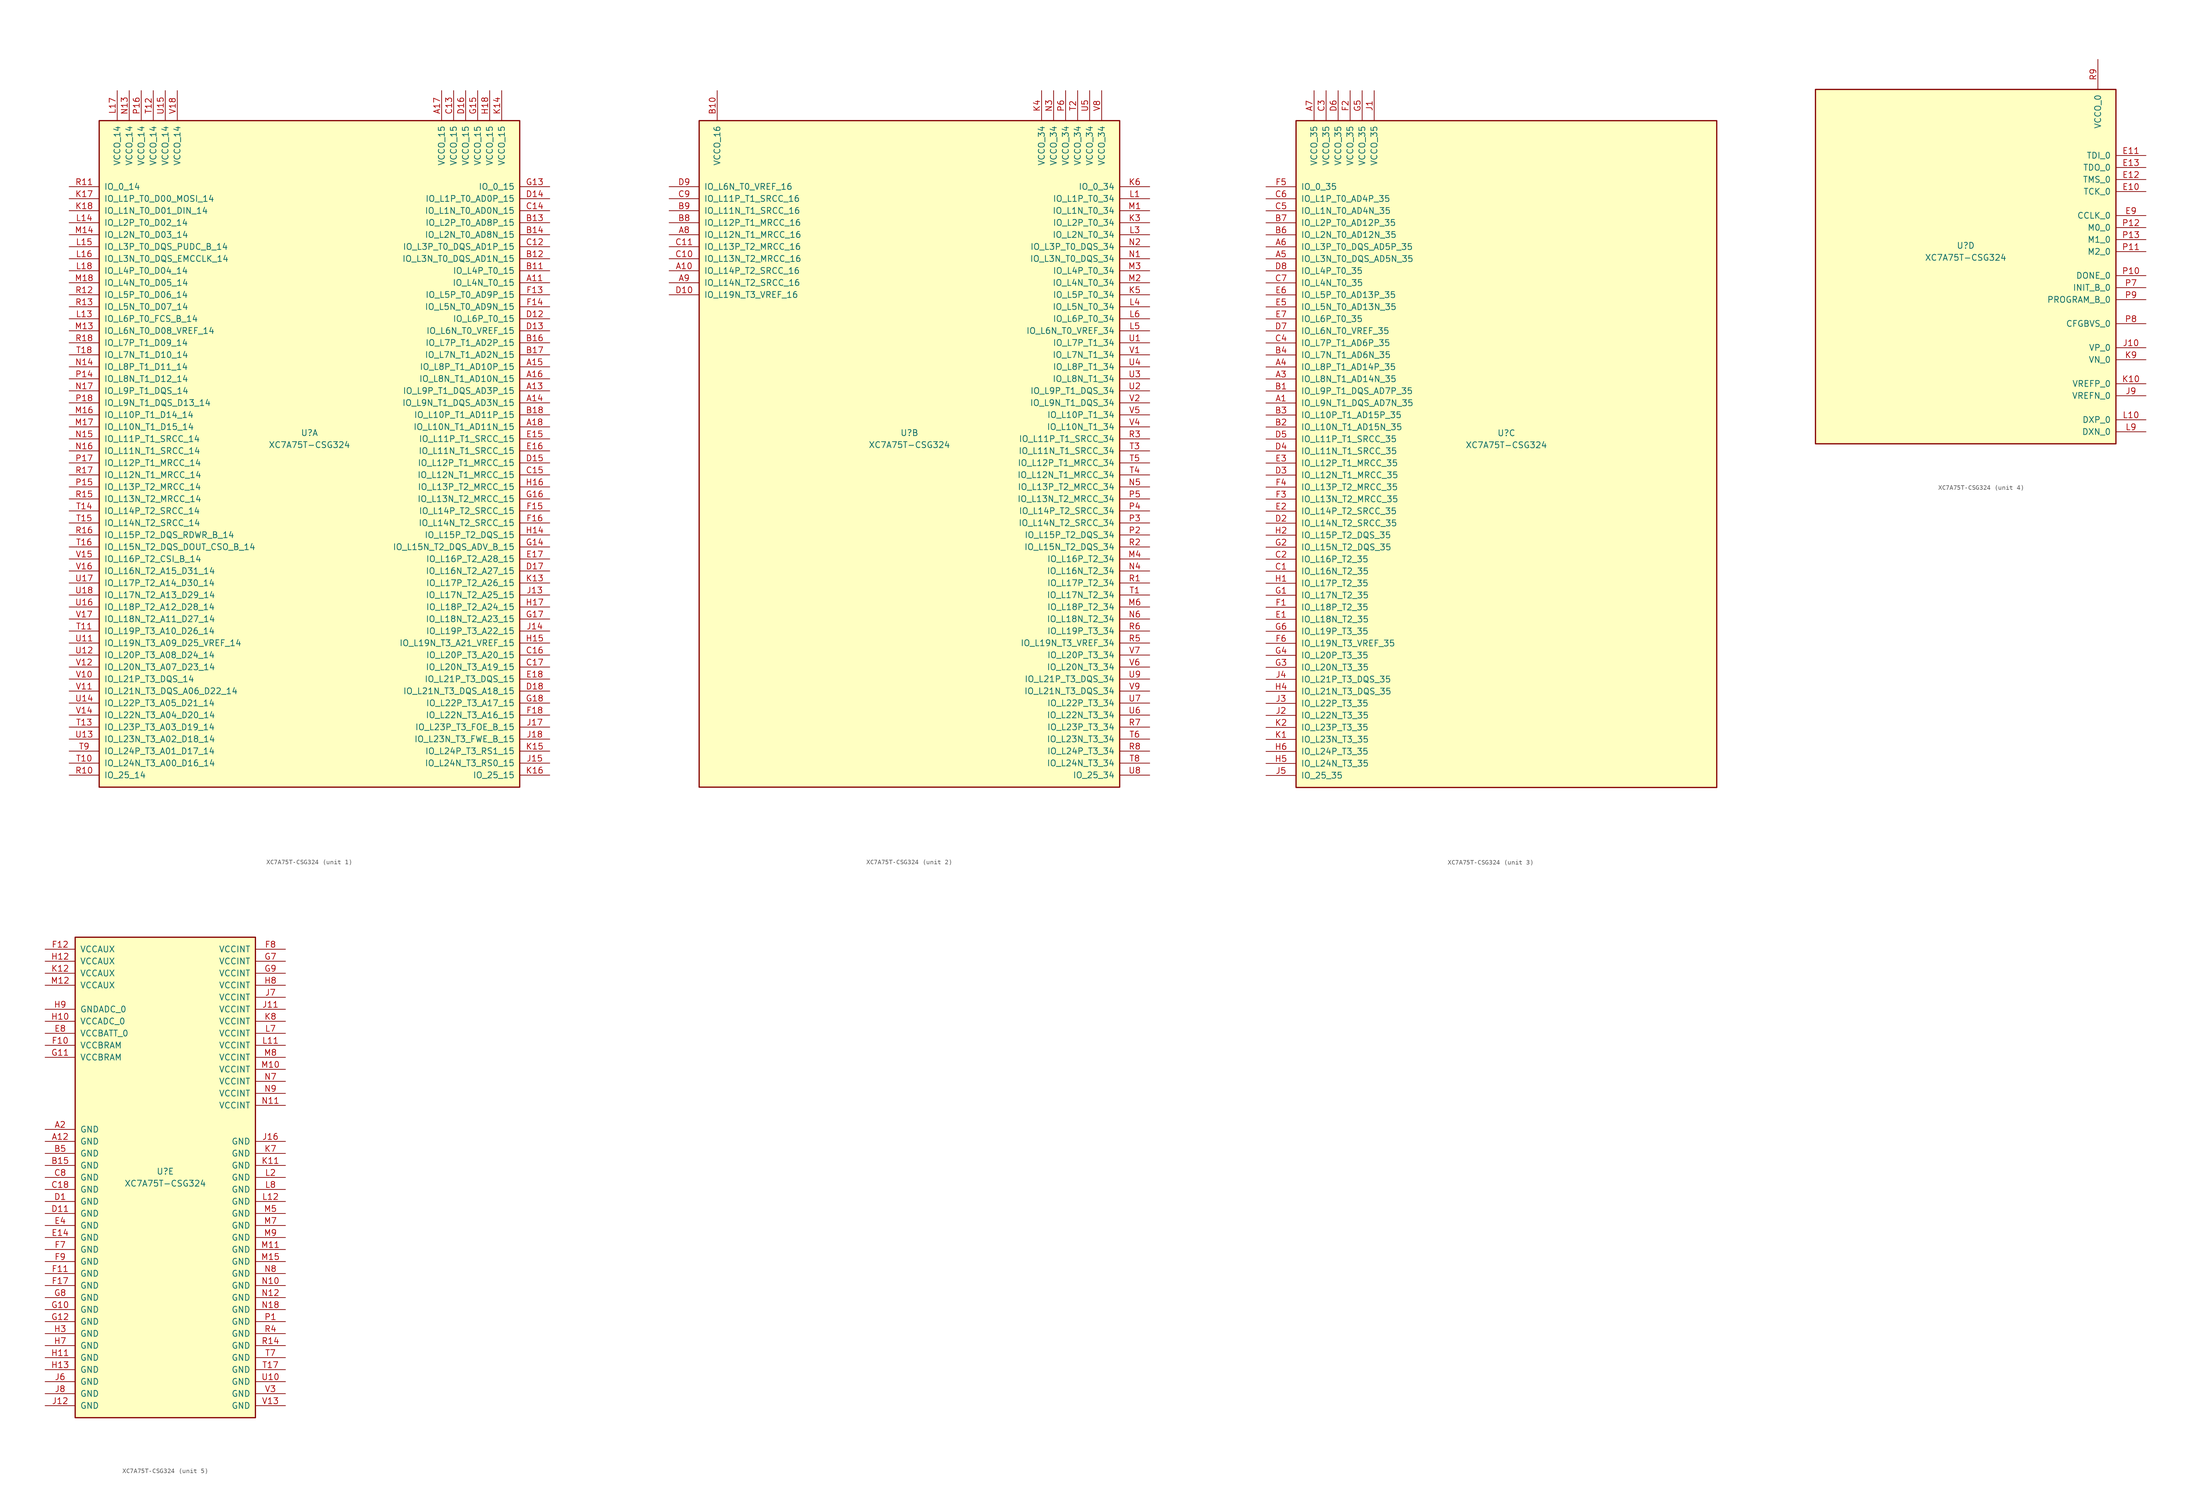
<source format=kicad_sym>
(kicad_symbol_lib
  (version 20201005)
  (generator kicad_symbol_editor)
  (symbol "FPGA_Xilinx_Artix7:XC7A75T-CSG324"
    (pin_names
      (offset 1.016))
    (property "Reference" "U"
      (at 0 1.27 0)
      (effects (font (size 1.27 1.27))))
    (property "Value" "XC7A75T-CSG324"
      (at 0 -1.27 0)
      (effects (font (size 1.27 1.27))))
    (property "Datasheet" ""
      (at 0 0 0)
      (effects (font (size 1.27 1.27))))
    (property "ki_locked" ""
      (at 0 0 0)
      (effects (font (size 1.27 1.27))))
    (symbol "XC7A75T-CSG324_1_1"
      (rectangle (start -44.45 67.31) (end 44.45 -73.66) (stroke (width 0.254)) (fill (type background)))
      (pin power_in line (at -40.64 73.66 270) (length 6.35) (name "VCCO_14" (effects (font (size 1.27 1.27)))) (number "L17" (effects (font (size 1.27 1.27)))))
      (pin power_in line (at -38.1 73.66 270) (length 6.35) (name "VCCO_14" (effects (font (size 1.27 1.27)))) (number "N13" (effects (font (size 1.27 1.27)))))
      (pin power_in line (at -35.56 73.66 270) (length 6.35) (name "VCCO_14" (effects (font (size 1.27 1.27)))) (number "P16" (effects (font (size 1.27 1.27)))))
      (pin power_in line (at -33.02 73.66 270) (length 6.35) (name "VCCO_14" (effects (font (size 1.27 1.27)))) (number "T12" (effects (font (size 1.27 1.27)))))
      (pin power_in line (at -30.48 73.66 270) (length 6.35) (name "VCCO_14" (effects (font (size 1.27 1.27)))) (number "U15" (effects (font (size 1.27 1.27)))))
      (pin power_in line (at -27.94 73.66 270) (length 6.35) (name "VCCO_14" (effects (font (size 1.27 1.27)))) (number "V18" (effects (font (size 1.27 1.27)))))
      (pin bidirectional line (at -50.8 53.34 0) (length 6.35) (name "IO_0_14" (effects (font (size 1.27 1.27)))) (number "R11" (effects (font (size 1.27 1.27)))))
      (pin bidirectional line (at -50.8 50.8 0) (length 6.35) (name "IO_L1P_T0_D00_MOSI_14" (effects (font (size 1.27 1.27)))) (number "K17" (effects (font (size 1.27 1.27)))))
      (pin bidirectional line (at -50.8 48.26 0) (length 6.35) (name "IO_L1N_T0_D01_DIN_14" (effects (font (size 1.27 1.27)))) (number "K18" (effects (font (size 1.27 1.27)))))
      (pin bidirectional line (at -50.8 45.72 0) (length 6.35) (name "IO_L2P_T0_D02_14" (effects (font (size 1.27 1.27)))) (number "L14" (effects (font (size 1.27 1.27)))))
      (pin bidirectional line (at -50.8 43.18 0) (length 6.35) (name "IO_L2N_T0_D03_14" (effects (font (size 1.27 1.27)))) (number "M14" (effects (font (size 1.27 1.27)))))
      (pin bidirectional line (at -50.8 40.64 0) (length 6.35) (name "IO_L3P_T0_DQS_PUDC_B_14" (effects (font (size 1.27 1.27)))) (number "L15" (effects (font (size 1.27 1.27)))))
      (pin bidirectional line (at -50.8 38.1 0) (length 6.35) (name "IO_L3N_T0_DQS_EMCCLK_14" (effects (font (size 1.27 1.27)))) (number "L16" (effects (font (size 1.27 1.27)))))
      (pin bidirectional line (at -50.8 35.56 0) (length 6.35) (name "IO_L4P_T0_D04_14" (effects (font (size 1.27 1.27)))) (number "L18" (effects (font (size 1.27 1.27)))))
      (pin bidirectional line (at -50.8 33.02 0) (length 6.35) (name "IO_L4N_T0_D05_14" (effects (font (size 1.27 1.27)))) (number "M18" (effects (font (size 1.27 1.27)))))
      (pin bidirectional line (at -50.8 30.48 0) (length 6.35) (name "IO_L5P_T0_D06_14" (effects (font (size 1.27 1.27)))) (number "R12" (effects (font (size 1.27 1.27)))))
      (pin bidirectional line (at -50.8 27.94 0) (length 6.35) (name "IO_L5N_T0_D07_14" (effects (font (size 1.27 1.27)))) (number "R13" (effects (font (size 1.27 1.27)))))
      (pin bidirectional line (at -50.8 25.4 0) (length 6.35) (name "IO_L6P_T0_FCS_B_14" (effects (font (size 1.27 1.27)))) (number "L13" (effects (font (size 1.27 1.27)))))
      (pin bidirectional line (at -50.8 22.86 0) (length 6.35) (name "IO_L6N_T0_D08_VREF_14" (effects (font (size 1.27 1.27)))) (number "M13" (effects (font (size 1.27 1.27)))))
      (pin bidirectional line (at -50.8 20.32 0) (length 6.35) (name "IO_L7P_T1_D09_14" (effects (font (size 1.27 1.27)))) (number "R18" (effects (font (size 1.27 1.27)))))
      (pin bidirectional line (at -50.8 17.78 0) (length 6.35) (name "IO_L7N_T1_D10_14" (effects (font (size 1.27 1.27)))) (number "T18" (effects (font (size 1.27 1.27)))))
      (pin bidirectional line (at -50.8 15.24 0) (length 6.35) (name "IO_L8P_T1_D11_14" (effects (font (size 1.27 1.27)))) (number "N14" (effects (font (size 1.27 1.27)))))
      (pin bidirectional line (at -50.8 12.7 0) (length 6.35) (name "IO_L8N_T1_D12_14" (effects (font (size 1.27 1.27)))) (number "P14" (effects (font (size 1.27 1.27)))))
      (pin bidirectional line (at -50.8 10.16 0) (length 6.35) (name "IO_L9P_T1_DQS_14" (effects (font (size 1.27 1.27)))) (number "N17" (effects (font (size 1.27 1.27)))))
      (pin bidirectional line (at -50.8 7.62 0) (length 6.35) (name "IO_L9N_T1_DQS_D13_14" (effects (font (size 1.27 1.27)))) (number "P18" (effects (font (size 1.27 1.27)))))
      (pin bidirectional line (at -50.8 5.08 0) (length 6.35) (name "IO_L10P_T1_D14_14" (effects (font (size 1.27 1.27)))) (number "M16" (effects (font (size 1.27 1.27)))))
      (pin bidirectional line (at -50.8 2.54 0) (length 6.35) (name "IO_L10N_T1_D15_14" (effects (font (size 1.27 1.27)))) (number "M17" (effects (font (size 1.27 1.27)))))
      (pin bidirectional line (at -50.8 0 0) (length 6.35) (name "IO_L11P_T1_SRCC_14" (effects (font (size 1.27 1.27)))) (number "N15" (effects (font (size 1.27 1.27)))))
      (pin bidirectional line (at -50.8 -2.54 0) (length 6.35) (name "IO_L11N_T1_SRCC_14" (effects (font (size 1.27 1.27)))) (number "N16" (effects (font (size 1.27 1.27)))))
      (pin bidirectional line (at -50.8 -5.08 0) (length 6.35) (name "IO_L12P_T1_MRCC_14" (effects (font (size 1.27 1.27)))) (number "P17" (effects (font (size 1.27 1.27)))))
      (pin bidirectional line (at -50.8 -7.62 0) (length 6.35) (name "IO_L12N_T1_MRCC_14" (effects (font (size 1.27 1.27)))) (number "R17" (effects (font (size 1.27 1.27)))))
      (pin bidirectional line (at -50.8 -10.16 0) (length 6.35) (name "IO_L13P_T2_MRCC_14" (effects (font (size 1.27 1.27)))) (number "P15" (effects (font (size 1.27 1.27)))))
      (pin bidirectional line (at -50.8 -12.7 0) (length 6.35) (name "IO_L13N_T2_MRCC_14" (effects (font (size 1.27 1.27)))) (number "R15" (effects (font (size 1.27 1.27)))))
      (pin bidirectional line (at -50.8 -15.24 0) (length 6.35) (name "IO_L14P_T2_SRCC_14" (effects (font (size 1.27 1.27)))) (number "T14" (effects (font (size 1.27 1.27)))))
      (pin bidirectional line (at -50.8 -17.78 0) (length 6.35) (name "IO_L14N_T2_SRCC_14" (effects (font (size 1.27 1.27)))) (number "T15" (effects (font (size 1.27 1.27)))))
      (pin bidirectional line (at -50.8 -20.32 0) (length 6.35) (name "IO_L15P_T2_DQS_RDWR_B_14" (effects (font (size 1.27 1.27)))) (number "R16" (effects (font (size 1.27 1.27)))))
      (pin bidirectional line (at -50.8 -22.86 0) (length 6.35) (name "IO_L15N_T2_DQS_DOUT_CSO_B_14" (effects (font (size 1.27 1.27)))) (number "T16" (effects (font (size 1.27 1.27)))))
      (pin bidirectional line (at -50.8 -25.4 0) (length 6.35) (name "IO_L16P_T2_CSI_B_14" (effects (font (size 1.27 1.27)))) (number "V15" (effects (font (size 1.27 1.27)))))
      (pin bidirectional line (at -50.8 -27.94 0) (length 6.35) (name "IO_L16N_T2_A15_D31_14" (effects (font (size 1.27 1.27)))) (number "V16" (effects (font (size 1.27 1.27)))))
      (pin bidirectional line (at -50.8 -30.48 0) (length 6.35) (name "IO_L17P_T2_A14_D30_14" (effects (font (size 1.27 1.27)))) (number "U17" (effects (font (size 1.27 1.27)))))
      (pin bidirectional line (at -50.8 -33.02 0) (length 6.35) (name "IO_L17N_T2_A13_D29_14" (effects (font (size 1.27 1.27)))) (number "U18" (effects (font (size 1.27 1.27)))))
      (pin bidirectional line (at -50.8 -35.56 0) (length 6.35) (name "IO_L18P_T2_A12_D28_14" (effects (font (size 1.27 1.27)))) (number "U16" (effects (font (size 1.27 1.27)))))
      (pin bidirectional line (at -50.8 -38.1 0) (length 6.35) (name "IO_L18N_T2_A11_D27_14" (effects (font (size 1.27 1.27)))) (number "V17" (effects (font (size 1.27 1.27)))))
      (pin bidirectional line (at -50.8 -40.64 0) (length 6.35) (name "IO_L19P_T3_A10_D26_14" (effects (font (size 1.27 1.27)))) (number "T11" (effects (font (size 1.27 1.27)))))
      (pin bidirectional line (at -50.8 -43.18 0) (length 6.35) (name "IO_L19N_T3_A09_D25_VREF_14" (effects (font (size 1.27 1.27)))) (number "U11" (effects (font (size 1.27 1.27)))))
      (pin bidirectional line (at -50.8 -45.72 0) (length 6.35) (name "IO_L20P_T3_A08_D24_14" (effects (font (size 1.27 1.27)))) (number "U12" (effects (font (size 1.27 1.27)))))
      (pin bidirectional line (at -50.8 -48.26 0) (length 6.35) (name "IO_L20N_T3_A07_D23_14" (effects (font (size 1.27 1.27)))) (number "V12" (effects (font (size 1.27 1.27)))))
      (pin bidirectional line (at -50.8 -50.8 0) (length 6.35) (name "IO_L21P_T3_DQS_14" (effects (font (size 1.27 1.27)))) (number "V10" (effects (font (size 1.27 1.27)))))
      (pin bidirectional line (at -50.8 -53.34 0) (length 6.35) (name "IO_L21N_T3_DQS_A06_D22_14" (effects (font (size 1.27 1.27)))) (number "V11" (effects (font (size 1.27 1.27)))))
      (pin bidirectional line (at -50.8 -55.88 0) (length 6.35) (name "IO_L22P_T3_A05_D21_14" (effects (font (size 1.27 1.27)))) (number "U14" (effects (font (size 1.27 1.27)))))
      (pin bidirectional line (at -50.8 -58.42 0) (length 6.35) (name "IO_L22N_T3_A04_D20_14" (effects (font (size 1.27 1.27)))) (number "V14" (effects (font (size 1.27 1.27)))))
      (pin bidirectional line (at -50.8 -60.96 0) (length 6.35) (name "IO_L23P_T3_A03_D19_14" (effects (font (size 1.27 1.27)))) (number "T13" (effects (font (size 1.27 1.27)))))
      (pin bidirectional line (at -50.8 -63.5 0) (length 6.35) (name "IO_L23N_T3_A02_D18_14" (effects (font (size 1.27 1.27)))) (number "U13" (effects (font (size 1.27 1.27)))))
      (pin bidirectional line (at -50.8 -66.04 0) (length 6.35) (name "IO_L24P_T3_A01_D17_14" (effects (font (size 1.27 1.27)))) (number "T9" (effects (font (size 1.27 1.27)))))
      (pin bidirectional line (at -50.8 -68.58 0) (length 6.35) (name "IO_L24N_T3_A00_D16_14" (effects (font (size 1.27 1.27)))) (number "T10" (effects (font (size 1.27 1.27)))))
      (pin bidirectional line (at -50.8 -71.12 0) (length 6.35) (name "IO_25_14" (effects (font (size 1.27 1.27)))) (number "R10" (effects (font (size 1.27 1.27)))))
      (pin power_in line (at 27.94 73.66 270) (length 6.35) (name "VCCO_15" (effects (font (size 1.27 1.27)))) (number "A17" (effects (font (size 1.27 1.27)))))
      (pin power_in line (at 30.48 73.66 270) (length 6.35) (name "VCCO_15" (effects (font (size 1.27 1.27)))) (number "C13" (effects (font (size 1.27 1.27)))))
      (pin power_in line (at 33.02 73.66 270) (length 6.35) (name "VCCO_15" (effects (font (size 1.27 1.27)))) (number "D16" (effects (font (size 1.27 1.27)))))
      (pin power_in line (at 35.56 73.66 270) (length 6.35) (name "VCCO_15" (effects (font (size 1.27 1.27)))) (number "G15" (effects (font (size 1.27 1.27)))))
      (pin power_in line (at 38.1 73.66 270) (length 6.35) (name "VCCO_15" (effects (font (size 1.27 1.27)))) (number "H18" (effects (font (size 1.27 1.27)))))
      (pin power_in line (at 40.64 73.66 270) (length 6.35) (name "VCCO_15" (effects (font (size 1.27 1.27)))) (number "K14" (effects (font (size 1.27 1.27)))))
      (pin bidirectional line (at 50.8 53.34 180) (length 6.35) (name "IO_0_15" (effects (font (size 1.27 1.27)))) (number "G13" (effects (font (size 1.27 1.27)))))
      (pin bidirectional line (at 50.8 50.8 180) (length 6.35) (name "IO_L1P_T0_AD0P_15" (effects (font (size 1.27 1.27)))) (number "D14" (effects (font (size 1.27 1.27)))))
      (pin bidirectional line (at 50.8 48.26 180) (length 6.35) (name "IO_L1N_T0_AD0N_15" (effects (font (size 1.27 1.27)))) (number "C14" (effects (font (size 1.27 1.27)))))
      (pin bidirectional line (at 50.8 45.72 180) (length 6.35) (name "IO_L2P_T0_AD8P_15" (effects (font (size 1.27 1.27)))) (number "B13" (effects (font (size 1.27 1.27)))))
      (pin bidirectional line (at 50.8 43.18 180) (length 6.35) (name "IO_L2N_T0_AD8N_15" (effects (font (size 1.27 1.27)))) (number "B14" (effects (font (size 1.27 1.27)))))
      (pin bidirectional line (at 50.8 40.64 180) (length 6.35) (name "IO_L3P_T0_DQS_AD1P_15" (effects (font (size 1.27 1.27)))) (number "C12" (effects (font (size 1.27 1.27)))))
      (pin bidirectional line (at 50.8 38.1 180) (length 6.35) (name "IO_L3N_T0_DQS_AD1N_15" (effects (font (size 1.27 1.27)))) (number "B12" (effects (font (size 1.27 1.27)))))
      (pin bidirectional line (at 50.8 35.56 180) (length 6.35) (name "IO_L4P_T0_15" (effects (font (size 1.27 1.27)))) (number "B11" (effects (font (size 1.27 1.27)))))
      (pin bidirectional line (at 50.8 33.02 180) (length 6.35) (name "IO_L4N_T0_15" (effects (font (size 1.27 1.27)))) (number "A11" (effects (font (size 1.27 1.27)))))
      (pin bidirectional line (at 50.8 30.48 180) (length 6.35) (name "IO_L5P_T0_AD9P_15" (effects (font (size 1.27 1.27)))) (number "F13" (effects (font (size 1.27 1.27)))))
      (pin bidirectional line (at 50.8 27.94 180) (length 6.35) (name "IO_L5N_T0_AD9N_15" (effects (font (size 1.27 1.27)))) (number "F14" (effects (font (size 1.27 1.27)))))
      (pin bidirectional line (at 50.8 25.4 180) (length 6.35) (name "IO_L6P_T0_15" (effects (font (size 1.27 1.27)))) (number "D12" (effects (font (size 1.27 1.27)))))
      (pin bidirectional line (at 50.8 22.86 180) (length 6.35) (name "IO_L6N_T0_VREF_15" (effects (font (size 1.27 1.27)))) (number "D13" (effects (font (size 1.27 1.27)))))
      (pin bidirectional line (at 50.8 20.32 180) (length 6.35) (name "IO_L7P_T1_AD2P_15" (effects (font (size 1.27 1.27)))) (number "B16" (effects (font (size 1.27 1.27)))))
      (pin bidirectional line (at 50.8 17.78 180) (length 6.35) (name "IO_L7N_T1_AD2N_15" (effects (font (size 1.27 1.27)))) (number "B17" (effects (font (size 1.27 1.27)))))
      (pin bidirectional line (at 50.8 15.24 180) (length 6.35) (name "IO_L8P_T1_AD10P_15" (effects (font (size 1.27 1.27)))) (number "A15" (effects (font (size 1.27 1.27)))))
      (pin bidirectional line (at 50.8 12.7 180) (length 6.35) (name "IO_L8N_T1_AD10N_15" (effects (font (size 1.27 1.27)))) (number "A16" (effects (font (size 1.27 1.27)))))
      (pin bidirectional line (at 50.8 10.16 180) (length 6.35) (name "IO_L9P_T1_DQS_AD3P_15" (effects (font (size 1.27 1.27)))) (number "A13" (effects (font (size 1.27 1.27)))))
      (pin bidirectional line (at 50.8 7.62 180) (length 6.35) (name "IO_L9N_T1_DQS_AD3N_15" (effects (font (size 1.27 1.27)))) (number "A14" (effects (font (size 1.27 1.27)))))
      (pin bidirectional line (at 50.8 5.08 180) (length 6.35) (name "IO_L10P_T1_AD11P_15" (effects (font (size 1.27 1.27)))) (number "B18" (effects (font (size 1.27 1.27)))))
      (pin bidirectional line (at 50.8 2.54 180) (length 6.35) (name "IO_L10N_T1_AD11N_15" (effects (font (size 1.27 1.27)))) (number "A18" (effects (font (size 1.27 1.27)))))
      (pin bidirectional line (at 50.8 0 180) (length 6.35) (name "IO_L11P_T1_SRCC_15" (effects (font (size 1.27 1.27)))) (number "E15" (effects (font (size 1.27 1.27)))))
      (pin bidirectional line (at 50.8 -2.54 180) (length 6.35) (name "IO_L11N_T1_SRCC_15" (effects (font (size 1.27 1.27)))) (number "E16" (effects (font (size 1.27 1.27)))))
      (pin bidirectional line (at 50.8 -5.08 180) (length 6.35) (name "IO_L12P_T1_MRCC_15" (effects (font (size 1.27 1.27)))) (number "D15" (effects (font (size 1.27 1.27)))))
      (pin bidirectional line (at 50.8 -7.62 180) (length 6.35) (name "IO_L12N_T1_MRCC_15" (effects (font (size 1.27 1.27)))) (number "C15" (effects (font (size 1.27 1.27)))))
      (pin bidirectional line (at 50.8 -10.16 180) (length 6.35) (name "IO_L13P_T2_MRCC_15" (effects (font (size 1.27 1.27)))) (number "H16" (effects (font (size 1.27 1.27)))))
      (pin bidirectional line (at 50.8 -12.7 180) (length 6.35) (name "IO_L13N_T2_MRCC_15" (effects (font (size 1.27 1.27)))) (number "G16" (effects (font (size 1.27 1.27)))))
      (pin bidirectional line (at 50.8 -15.24 180) (length 6.35) (name "IO_L14P_T2_SRCC_15" (effects (font (size 1.27 1.27)))) (number "F15" (effects (font (size 1.27 1.27)))))
      (pin bidirectional line (at 50.8 -17.78 180) (length 6.35) (name "IO_L14N_T2_SRCC_15" (effects (font (size 1.27 1.27)))) (number "F16" (effects (font (size 1.27 1.27)))))
      (pin bidirectional line (at 50.8 -20.32 180) (length 6.35) (name "IO_L15P_T2_DQS_15" (effects (font (size 1.27 1.27)))) (number "H14" (effects (font (size 1.27 1.27)))))
      (pin bidirectional line (at 50.8 -22.86 180) (length 6.35) (name "IO_L15N_T2_DQS_ADV_B_15" (effects (font (size 1.27 1.27)))) (number "G14" (effects (font (size 1.27 1.27)))))
      (pin bidirectional line (at 50.8 -25.4 180) (length 6.35) (name "IO_L16P_T2_A28_15" (effects (font (size 1.27 1.27)))) (number "E17" (effects (font (size 1.27 1.27)))))
      (pin bidirectional line (at 50.8 -27.94 180) (length 6.35) (name "IO_L16N_T2_A27_15" (effects (font (size 1.27 1.27)))) (number "D17" (effects (font (size 1.27 1.27)))))
      (pin bidirectional line (at 50.8 -30.48 180) (length 6.35) (name "IO_L17P_T2_A26_15" (effects (font (size 1.27 1.27)))) (number "K13" (effects (font (size 1.27 1.27)))))
      (pin bidirectional line (at 50.8 -33.02 180) (length 6.35) (name "IO_L17N_T2_A25_15" (effects (font (size 1.27 1.27)))) (number "J13" (effects (font (size 1.27 1.27)))))
      (pin bidirectional line (at 50.8 -35.56 180) (length 6.35) (name "IO_L18P_T2_A24_15" (effects (font (size 1.27 1.27)))) (number "H17" (effects (font (size 1.27 1.27)))))
      (pin bidirectional line (at 50.8 -38.1 180) (length 6.35) (name "IO_L18N_T2_A23_15" (effects (font (size 1.27 1.27)))) (number "G17" (effects (font (size 1.27 1.27)))))
      (pin bidirectional line (at 50.8 -40.64 180) (length 6.35) (name "IO_L19P_T3_A22_15" (effects (font (size 1.27 1.27)))) (number "J14" (effects (font (size 1.27 1.27)))))
      (pin bidirectional line (at 50.8 -43.18 180) (length 6.35) (name "IO_L19N_T3_A21_VREF_15" (effects (font (size 1.27 1.27)))) (number "H15" (effects (font (size 1.27 1.27)))))
      (pin bidirectional line (at 50.8 -45.72 180) (length 6.35) (name "IO_L20P_T3_A20_15" (effects (font (size 1.27 1.27)))) (number "C16" (effects (font (size 1.27 1.27)))))
      (pin bidirectional line (at 50.8 -48.26 180) (length 6.35) (name "IO_L20N_T3_A19_15" (effects (font (size 1.27 1.27)))) (number "C17" (effects (font (size 1.27 1.27)))))
      (pin bidirectional line (at 50.8 -50.8 180) (length 6.35) (name "IO_L21P_T3_DQS_15" (effects (font (size 1.27 1.27)))) (number "E18" (effects (font (size 1.27 1.27)))))
      (pin bidirectional line (at 50.8 -53.34 180) (length 6.35) (name "IO_L21N_T3_DQS_A18_15" (effects (font (size 1.27 1.27)))) (number "D18" (effects (font (size 1.27 1.27)))))
      (pin bidirectional line (at 50.8 -55.88 180) (length 6.35) (name "IO_L22P_T3_A17_15" (effects (font (size 1.27 1.27)))) (number "G18" (effects (font (size 1.27 1.27)))))
      (pin bidirectional line (at 50.8 -58.42 180) (length 6.35) (name "IO_L22N_T3_A16_15" (effects (font (size 1.27 1.27)))) (number "F18" (effects (font (size 1.27 1.27)))))
      (pin bidirectional line (at 50.8 -60.96 180) (length 6.35) (name "IO_L23P_T3_FOE_B_15" (effects (font (size 1.27 1.27)))) (number "J17" (effects (font (size 1.27 1.27)))))
      (pin bidirectional line (at 50.8 -63.5 180) (length 6.35) (name "IO_L23N_T3_FWE_B_15" (effects (font (size 1.27 1.27)))) (number "J18" (effects (font (size 1.27 1.27)))))
      (pin bidirectional line (at 50.8 -66.04 180) (length 6.35) (name "IO_L24P_T3_RS1_15" (effects (font (size 1.27 1.27)))) (number "K15" (effects (font (size 1.27 1.27)))))
      (pin bidirectional line (at 50.8 -68.58 180) (length 6.35) (name "IO_L24N_T3_RS0_15" (effects (font (size 1.27 1.27)))) (number "J15" (effects (font (size 1.27 1.27)))))
      (pin bidirectional line (at 50.8 -71.12 180) (length 6.35) (name "IO_25_15" (effects (font (size 1.27 1.27)))) (number "K16" (effects (font (size 1.27 1.27))))))
    (symbol "XC7A75T-CSG324_2_1"
      (rectangle (start -44.45 67.31) (end 44.45 -73.66) (stroke (width 0.254)) (fill (type background)))
      (pin power_in line (at -40.64 73.66 270) (length 6.35) (name "VCCO_16" (effects (font (size 1.27 1.27)))) (number "B10" (effects (font (size 1.27 1.27)))))
      (pin bidirectional line (at -50.8 53.34 0) (length 6.35) (name "IO_L6N_T0_VREF_16" (effects (font (size 1.27 1.27)))) (number "D9" (effects (font (size 1.27 1.27)))))
      (pin bidirectional line (at -50.8 50.8 0) (length 6.35) (name "IO_L11P_T1_SRCC_16" (effects (font (size 1.27 1.27)))) (number "C9" (effects (font (size 1.27 1.27)))))
      (pin bidirectional line (at -50.8 48.26 0) (length 6.35) (name "IO_L11N_T1_SRCC_16" (effects (font (size 1.27 1.27)))) (number "B9" (effects (font (size 1.27 1.27)))))
      (pin bidirectional line (at -50.8 45.72 0) (length 6.35) (name "IO_L12P_T1_MRCC_16" (effects (font (size 1.27 1.27)))) (number "B8" (effects (font (size 1.27 1.27)))))
      (pin bidirectional line (at -50.8 43.18 0) (length 6.35) (name "IO_L12N_T1_MRCC_16" (effects (font (size 1.27 1.27)))) (number "A8" (effects (font (size 1.27 1.27)))))
      (pin bidirectional line (at -50.8 40.64 0) (length 6.35) (name "IO_L13P_T2_MRCC_16" (effects (font (size 1.27 1.27)))) (number "C11" (effects (font (size 1.27 1.27)))))
      (pin bidirectional line (at -50.8 38.1 0) (length 6.35) (name "IO_L13N_T2_MRCC_16" (effects (font (size 1.27 1.27)))) (number "C10" (effects (font (size 1.27 1.27)))))
      (pin bidirectional line (at -50.8 35.56 0) (length 6.35) (name "IO_L14P_T2_SRCC_16" (effects (font (size 1.27 1.27)))) (number "A10" (effects (font (size 1.27 1.27)))))
      (pin bidirectional line (at -50.8 33.02 0) (length 6.35) (name "IO_L14N_T2_SRCC_16" (effects (font (size 1.27 1.27)))) (number "A9" (effects (font (size 1.27 1.27)))))
      (pin bidirectional line (at -50.8 30.48 0) (length 6.35) (name "IO_L19N_T3_VREF_16" (effects (font (size 1.27 1.27)))) (number "D10" (effects (font (size 1.27 1.27)))))
      (pin power_in line (at 27.94 73.66 270) (length 6.35) (name "VCCO_34" (effects (font (size 1.27 1.27)))) (number "K4" (effects (font (size 1.27 1.27)))))
      (pin power_in line (at 30.48 73.66 270) (length 6.35) (name "VCCO_34" (effects (font (size 1.27 1.27)))) (number "N3" (effects (font (size 1.27 1.27)))))
      (pin power_in line (at 33.02 73.66 270) (length 6.35) (name "VCCO_34" (effects (font (size 1.27 1.27)))) (number "P6" (effects (font (size 1.27 1.27)))))
      (pin power_in line (at 35.56 73.66 270) (length 6.35) (name "VCCO_34" (effects (font (size 1.27 1.27)))) (number "T2" (effects (font (size 1.27 1.27)))))
      (pin power_in line (at 38.1 73.66 270) (length 6.35) (name "VCCO_34" (effects (font (size 1.27 1.27)))) (number "U5" (effects (font (size 1.27 1.27)))))
      (pin power_in line (at 40.64 73.66 270) (length 6.35) (name "VCCO_34" (effects (font (size 1.27 1.27)))) (number "V8" (effects (font (size 1.27 1.27)))))
      (pin bidirectional line (at 50.8 53.34 180) (length 6.35) (name "IO_0_34" (effects (font (size 1.27 1.27)))) (number "K6" (effects (font (size 1.27 1.27)))))
      (pin bidirectional line (at 50.8 50.8 180) (length 6.35) (name "IO_L1P_T0_34" (effects (font (size 1.27 1.27)))) (number "L1" (effects (font (size 1.27 1.27)))))
      (pin bidirectional line (at 50.8 48.26 180) (length 6.35) (name "IO_L1N_T0_34" (effects (font (size 1.27 1.27)))) (number "M1" (effects (font (size 1.27 1.27)))))
      (pin bidirectional line (at 50.8 45.72 180) (length 6.35) (name "IO_L2P_T0_34" (effects (font (size 1.27 1.27)))) (number "K3" (effects (font (size 1.27 1.27)))))
      (pin bidirectional line (at 50.8 43.18 180) (length 6.35) (name "IO_L2N_T0_34" (effects (font (size 1.27 1.27)))) (number "L3" (effects (font (size 1.27 1.27)))))
      (pin bidirectional line (at 50.8 40.64 180) (length 6.35) (name "IO_L3P_T0_DQS_34" (effects (font (size 1.27 1.27)))) (number "N2" (effects (font (size 1.27 1.27)))))
      (pin bidirectional line (at 50.8 38.1 180) (length 6.35) (name "IO_L3N_T0_DQS_34" (effects (font (size 1.27 1.27)))) (number "N1" (effects (font (size 1.27 1.27)))))
      (pin bidirectional line (at 50.8 35.56 180) (length 6.35) (name "IO_L4P_T0_34" (effects (font (size 1.27 1.27)))) (number "M3" (effects (font (size 1.27 1.27)))))
      (pin bidirectional line (at 50.8 33.02 180) (length 6.35) (name "IO_L4N_T0_34" (effects (font (size 1.27 1.27)))) (number "M2" (effects (font (size 1.27 1.27)))))
      (pin bidirectional line (at 50.8 30.48 180) (length 6.35) (name "IO_L5P_T0_34" (effects (font (size 1.27 1.27)))) (number "K5" (effects (font (size 1.27 1.27)))))
      (pin bidirectional line (at 50.8 27.94 180) (length 6.35) (name "IO_L5N_T0_34" (effects (font (size 1.27 1.27)))) (number "L4" (effects (font (size 1.27 1.27)))))
      (pin bidirectional line (at 50.8 25.4 180) (length 6.35) (name "IO_L6P_T0_34" (effects (font (size 1.27 1.27)))) (number "L6" (effects (font (size 1.27 1.27)))))
      (pin bidirectional line (at 50.8 22.86 180) (length 6.35) (name "IO_L6N_T0_VREF_34" (effects (font (size 1.27 1.27)))) (number "L5" (effects (font (size 1.27 1.27)))))
      (pin bidirectional line (at 50.8 20.32 180) (length 6.35) (name "IO_L7P_T1_34" (effects (font (size 1.27 1.27)))) (number "U1" (effects (font (size 1.27 1.27)))))
      (pin bidirectional line (at 50.8 17.78 180) (length 6.35) (name "IO_L7N_T1_34" (effects (font (size 1.27 1.27)))) (number "V1" (effects (font (size 1.27 1.27)))))
      (pin bidirectional line (at 50.8 15.24 180) (length 6.35) (name "IO_L8P_T1_34" (effects (font (size 1.27 1.27)))) (number "U4" (effects (font (size 1.27 1.27)))))
      (pin bidirectional line (at 50.8 12.7 180) (length 6.35) (name "IO_L8N_T1_34" (effects (font (size 1.27 1.27)))) (number "U3" (effects (font (size 1.27 1.27)))))
      (pin bidirectional line (at 50.8 10.16 180) (length 6.35) (name "IO_L9P_T1_DQS_34" (effects (font (size 1.27 1.27)))) (number "U2" (effects (font (size 1.27 1.27)))))
      (pin bidirectional line (at 50.8 7.62 180) (length 6.35) (name "IO_L9N_T1_DQS_34" (effects (font (size 1.27 1.27)))) (number "V2" (effects (font (size 1.27 1.27)))))
      (pin bidirectional line (at 50.8 5.08 180) (length 6.35) (name "IO_L10P_T1_34" (effects (font (size 1.27 1.27)))) (number "V5" (effects (font (size 1.27 1.27)))))
      (pin bidirectional line (at 50.8 2.54 180) (length 6.35) (name "IO_L10N_T1_34" (effects (font (size 1.27 1.27)))) (number "V4" (effects (font (size 1.27 1.27)))))
      (pin bidirectional line (at 50.8 0 180) (length 6.35) (name "IO_L11P_T1_SRCC_34" (effects (font (size 1.27 1.27)))) (number "R3" (effects (font (size 1.27 1.27)))))
      (pin bidirectional line (at 50.8 -2.54 180) (length 6.35) (name "IO_L11N_T1_SRCC_34" (effects (font (size 1.27 1.27)))) (number "T3" (effects (font (size 1.27 1.27)))))
      (pin bidirectional line (at 50.8 -5.08 180) (length 6.35) (name "IO_L12P_T1_MRCC_34" (effects (font (size 1.27 1.27)))) (number "T5" (effects (font (size 1.27 1.27)))))
      (pin bidirectional line (at 50.8 -7.62 180) (length 6.35) (name "IO_L12N_T1_MRCC_34" (effects (font (size 1.27 1.27)))) (number "T4" (effects (font (size 1.27 1.27)))))
      (pin bidirectional line (at 50.8 -10.16 180) (length 6.35) (name "IO_L13P_T2_MRCC_34" (effects (font (size 1.27 1.27)))) (number "N5" (effects (font (size 1.27 1.27)))))
      (pin bidirectional line (at 50.8 -12.7 180) (length 6.35) (name "IO_L13N_T2_MRCC_34" (effects (font (size 1.27 1.27)))) (number "P5" (effects (font (size 1.27 1.27)))))
      (pin bidirectional line (at 50.8 -15.24 180) (length 6.35) (name "IO_L14P_T2_SRCC_34" (effects (font (size 1.27 1.27)))) (number "P4" (effects (font (size 1.27 1.27)))))
      (pin bidirectional line (at 50.8 -17.78 180) (length 6.35) (name "IO_L14N_T2_SRCC_34" (effects (font (size 1.27 1.27)))) (number "P3" (effects (font (size 1.27 1.27)))))
      (pin bidirectional line (at 50.8 -20.32 180) (length 6.35) (name "IO_L15P_T2_DQS_34" (effects (font (size 1.27 1.27)))) (number "P2" (effects (font (size 1.27 1.27)))))
      (pin bidirectional line (at 50.8 -22.86 180) (length 6.35) (name "IO_L15N_T2_DQS_34" (effects (font (size 1.27 1.27)))) (number "R2" (effects (font (size 1.27 1.27)))))
      (pin bidirectional line (at 50.8 -25.4 180) (length 6.35) (name "IO_L16P_T2_34" (effects (font (size 1.27 1.27)))) (number "M4" (effects (font (size 1.27 1.27)))))
      (pin bidirectional line (at 50.8 -27.94 180) (length 6.35) (name "IO_L16N_T2_34" (effects (font (size 1.27 1.27)))) (number "N4" (effects (font (size 1.27 1.27)))))
      (pin bidirectional line (at 50.8 -30.48 180) (length 6.35) (name "IO_L17P_T2_34" (effects (font (size 1.27 1.27)))) (number "R1" (effects (font (size 1.27 1.27)))))
      (pin bidirectional line (at 50.8 -33.02 180) (length 6.35) (name "IO_L17N_T2_34" (effects (font (size 1.27 1.27)))) (number "T1" (effects (font (size 1.27 1.27)))))
      (pin bidirectional line (at 50.8 -35.56 180) (length 6.35) (name "IO_L18P_T2_34" (effects (font (size 1.27 1.27)))) (number "M6" (effects (font (size 1.27 1.27)))))
      (pin bidirectional line (at 50.8 -38.1 180) (length 6.35) (name "IO_L18N_T2_34" (effects (font (size 1.27 1.27)))) (number "N6" (effects (font (size 1.27 1.27)))))
      (pin bidirectional line (at 50.8 -40.64 180) (length 6.35) (name "IO_L19P_T3_34" (effects (font (size 1.27 1.27)))) (number "R6" (effects (font (size 1.27 1.27)))))
      (pin bidirectional line (at 50.8 -43.18 180) (length 6.35) (name "IO_L19N_T3_VREF_34" (effects (font (size 1.27 1.27)))) (number "R5" (effects (font (size 1.27 1.27)))))
      (pin bidirectional line (at 50.8 -45.72 180) (length 6.35) (name "IO_L20P_T3_34" (effects (font (size 1.27 1.27)))) (number "V7" (effects (font (size 1.27 1.27)))))
      (pin bidirectional line (at 50.8 -48.26 180) (length 6.35) (name "IO_L20N_T3_34" (effects (font (size 1.27 1.27)))) (number "V6" (effects (font (size 1.27 1.27)))))
      (pin bidirectional line (at 50.8 -50.8 180) (length 6.35) (name "IO_L21P_T3_DQS_34" (effects (font (size 1.27 1.27)))) (number "U9" (effects (font (size 1.27 1.27)))))
      (pin bidirectional line (at 50.8 -53.34 180) (length 6.35) (name "IO_L21N_T3_DQS_34" (effects (font (size 1.27 1.27)))) (number "V9" (effects (font (size 1.27 1.27)))))
      (pin bidirectional line (at 50.8 -55.88 180) (length 6.35) (name "IO_L22P_T3_34" (effects (font (size 1.27 1.27)))) (number "U7" (effects (font (size 1.27 1.27)))))
      (pin bidirectional line (at 50.8 -58.42 180) (length 6.35) (name "IO_L22N_T3_34" (effects (font (size 1.27 1.27)))) (number "U6" (effects (font (size 1.27 1.27)))))
      (pin bidirectional line (at 50.8 -60.96 180) (length 6.35) (name "IO_L23P_T3_34" (effects (font (size 1.27 1.27)))) (number "R7" (effects (font (size 1.27 1.27)))))
      (pin bidirectional line (at 50.8 -63.5 180) (length 6.35) (name "IO_L23N_T3_34" (effects (font (size 1.27 1.27)))) (number "T6" (effects (font (size 1.27 1.27)))))
      (pin bidirectional line (at 50.8 -66.04 180) (length 6.35) (name "IO_L24P_T3_34" (effects (font (size 1.27 1.27)))) (number "R8" (effects (font (size 1.27 1.27)))))
      (pin bidirectional line (at 50.8 -68.58 180) (length 6.35) (name "IO_L24N_T3_34" (effects (font (size 1.27 1.27)))) (number "T8" (effects (font (size 1.27 1.27)))))
      (pin bidirectional line (at 50.8 -71.12 180) (length 6.35) (name "IO_25_34" (effects (font (size 1.27 1.27)))) (number "U8" (effects (font (size 1.27 1.27))))))
    (symbol "XC7A75T-CSG324_3_1"
      (rectangle (start -44.45 67.31) (end 44.45 -73.66) (stroke (width 0.254)) (fill (type background)))
      (pin power_in line (at -40.64 73.66 270) (length 6.35) (name "VCCO_35" (effects (font (size 1.27 1.27)))) (number "A7" (effects (font (size 1.27 1.27)))))
      (pin power_in line (at -38.1 73.66 270) (length 6.35) (name "VCCO_35" (effects (font (size 1.27 1.27)))) (number "C3" (effects (font (size 1.27 1.27)))))
      (pin power_in line (at -35.56 73.66 270) (length 6.35) (name "VCCO_35" (effects (font (size 1.27 1.27)))) (number "D6" (effects (font (size 1.27 1.27)))))
      (pin power_in line (at -33.02 73.66 270) (length 6.35) (name "VCCO_35" (effects (font (size 1.27 1.27)))) (number "F2" (effects (font (size 1.27 1.27)))))
      (pin power_in line (at -30.48 73.66 270) (length 6.35) (name "VCCO_35" (effects (font (size 1.27 1.27)))) (number "G5" (effects (font (size 1.27 1.27)))))
      (pin power_in line (at -27.94 73.66 270) (length 6.35) (name "VCCO_35" (effects (font (size 1.27 1.27)))) (number "J1" (effects (font (size 1.27 1.27)))))
      (pin bidirectional line (at -50.8 53.34 0) (length 6.35) (name "IO_0_35" (effects (font (size 1.27 1.27)))) (number "F5" (effects (font (size 1.27 1.27)))))
      (pin bidirectional line (at -50.8 50.8 0) (length 6.35) (name "IO_L1P_T0_AD4P_35" (effects (font (size 1.27 1.27)))) (number "C6" (effects (font (size 1.27 1.27)))))
      (pin bidirectional line (at -50.8 48.26 0) (length 6.35) (name "IO_L1N_T0_AD4N_35" (effects (font (size 1.27 1.27)))) (number "C5" (effects (font (size 1.27 1.27)))))
      (pin bidirectional line (at -50.8 45.72 0) (length 6.35) (name "IO_L2P_T0_AD12P_35" (effects (font (size 1.27 1.27)))) (number "B7" (effects (font (size 1.27 1.27)))))
      (pin bidirectional line (at -50.8 43.18 0) (length 6.35) (name "IO_L2N_T0_AD12N_35" (effects (font (size 1.27 1.27)))) (number "B6" (effects (font (size 1.27 1.27)))))
      (pin bidirectional line (at -50.8 40.64 0) (length 6.35) (name "IO_L3P_T0_DQS_AD5P_35" (effects (font (size 1.27 1.27)))) (number "A6" (effects (font (size 1.27 1.27)))))
      (pin bidirectional line (at -50.8 38.1 0) (length 6.35) (name "IO_L3N_T0_DQS_AD5N_35" (effects (font (size 1.27 1.27)))) (number "A5" (effects (font (size 1.27 1.27)))))
      (pin bidirectional line (at -50.8 35.56 0) (length 6.35) (name "IO_L4P_T0_35" (effects (font (size 1.27 1.27)))) (number "D8" (effects (font (size 1.27 1.27)))))
      (pin bidirectional line (at -50.8 33.02 0) (length 6.35) (name "IO_L4N_T0_35" (effects (font (size 1.27 1.27)))) (number "C7" (effects (font (size 1.27 1.27)))))
      (pin bidirectional line (at -50.8 30.48 0) (length 6.35) (name "IO_L5P_T0_AD13P_35" (effects (font (size 1.27 1.27)))) (number "E6" (effects (font (size 1.27 1.27)))))
      (pin bidirectional line (at -50.8 27.94 0) (length 6.35) (name "IO_L5N_T0_AD13N_35" (effects (font (size 1.27 1.27)))) (number "E5" (effects (font (size 1.27 1.27)))))
      (pin bidirectional line (at -50.8 25.4 0) (length 6.35) (name "IO_L6P_T0_35" (effects (font (size 1.27 1.27)))) (number "E7" (effects (font (size 1.27 1.27)))))
      (pin bidirectional line (at -50.8 22.86 0) (length 6.35) (name "IO_L6N_T0_VREF_35" (effects (font (size 1.27 1.27)))) (number "D7" (effects (font (size 1.27 1.27)))))
      (pin bidirectional line (at -50.8 20.32 0) (length 6.35) (name "IO_L7P_T1_AD6P_35" (effects (font (size 1.27 1.27)))) (number "C4" (effects (font (size 1.27 1.27)))))
      (pin bidirectional line (at -50.8 17.78 0) (length 6.35) (name "IO_L7N_T1_AD6N_35" (effects (font (size 1.27 1.27)))) (number "B4" (effects (font (size 1.27 1.27)))))
      (pin bidirectional line (at -50.8 15.24 0) (length 6.35) (name "IO_L8P_T1_AD14P_35" (effects (font (size 1.27 1.27)))) (number "A4" (effects (font (size 1.27 1.27)))))
      (pin bidirectional line (at -50.8 12.7 0) (length 6.35) (name "IO_L8N_T1_AD14N_35" (effects (font (size 1.27 1.27)))) (number "A3" (effects (font (size 1.27 1.27)))))
      (pin bidirectional line (at -50.8 10.16 0) (length 6.35) (name "IO_L9P_T1_DQS_AD7P_35" (effects (font (size 1.27 1.27)))) (number "B1" (effects (font (size 1.27 1.27)))))
      (pin bidirectional line (at -50.8 7.62 0) (length 6.35) (name "IO_L9N_T1_DQS_AD7N_35" (effects (font (size 1.27 1.27)))) (number "A1" (effects (font (size 1.27 1.27)))))
      (pin bidirectional line (at -50.8 5.08 0) (length 6.35) (name "IO_L10P_T1_AD15P_35" (effects (font (size 1.27 1.27)))) (number "B3" (effects (font (size 1.27 1.27)))))
      (pin bidirectional line (at -50.8 2.54 0) (length 6.35) (name "IO_L10N_T1_AD15N_35" (effects (font (size 1.27 1.27)))) (number "B2" (effects (font (size 1.27 1.27)))))
      (pin bidirectional line (at -50.8 0 0) (length 6.35) (name "IO_L11P_T1_SRCC_35" (effects (font (size 1.27 1.27)))) (number "D5" (effects (font (size 1.27 1.27)))))
      (pin bidirectional line (at -50.8 -2.54 0) (length 6.35) (name "IO_L11N_T1_SRCC_35" (effects (font (size 1.27 1.27)))) (number "D4" (effects (font (size 1.27 1.27)))))
      (pin bidirectional line (at -50.8 -5.08 0) (length 6.35) (name "IO_L12P_T1_MRCC_35" (effects (font (size 1.27 1.27)))) (number "E3" (effects (font (size 1.27 1.27)))))
      (pin bidirectional line (at -50.8 -7.62 0) (length 6.35) (name "IO_L12N_T1_MRCC_35" (effects (font (size 1.27 1.27)))) (number "D3" (effects (font (size 1.27 1.27)))))
      (pin bidirectional line (at -50.8 -10.16 0) (length 6.35) (name "IO_L13P_T2_MRCC_35" (effects (font (size 1.27 1.27)))) (number "F4" (effects (font (size 1.27 1.27)))))
      (pin bidirectional line (at -50.8 -12.7 0) (length 6.35) (name "IO_L13N_T2_MRCC_35" (effects (font (size 1.27 1.27)))) (number "F3" (effects (font (size 1.27 1.27)))))
      (pin bidirectional line (at -50.8 -15.24 0) (length 6.35) (name "IO_L14P_T2_SRCC_35" (effects (font (size 1.27 1.27)))) (number "E2" (effects (font (size 1.27 1.27)))))
      (pin bidirectional line (at -50.8 -17.78 0) (length 6.35) (name "IO_L14N_T2_SRCC_35" (effects (font (size 1.27 1.27)))) (number "D2" (effects (font (size 1.27 1.27)))))
      (pin bidirectional line (at -50.8 -20.32 0) (length 6.35) (name "IO_L15P_T2_DQS_35" (effects (font (size 1.27 1.27)))) (number "H2" (effects (font (size 1.27 1.27)))))
      (pin bidirectional line (at -50.8 -22.86 0) (length 6.35) (name "IO_L15N_T2_DQS_35" (effects (font (size 1.27 1.27)))) (number "G2" (effects (font (size 1.27 1.27)))))
      (pin bidirectional line (at -50.8 -25.4 0) (length 6.35) (name "IO_L16P_T2_35" (effects (font (size 1.27 1.27)))) (number "C2" (effects (font (size 1.27 1.27)))))
      (pin bidirectional line (at -50.8 -27.94 0) (length 6.35) (name "IO_L16N_T2_35" (effects (font (size 1.27 1.27)))) (number "C1" (effects (font (size 1.27 1.27)))))
      (pin bidirectional line (at -50.8 -30.48 0) (length 6.35) (name "IO_L17P_T2_35" (effects (font (size 1.27 1.27)))) (number "H1" (effects (font (size 1.27 1.27)))))
      (pin bidirectional line (at -50.8 -33.02 0) (length 6.35) (name "IO_L17N_T2_35" (effects (font (size 1.27 1.27)))) (number "G1" (effects (font (size 1.27 1.27)))))
      (pin bidirectional line (at -50.8 -35.56 0) (length 6.35) (name "IO_L18P_T2_35" (effects (font (size 1.27 1.27)))) (number "F1" (effects (font (size 1.27 1.27)))))
      (pin bidirectional line (at -50.8 -38.1 0) (length 6.35) (name "IO_L18N_T2_35" (effects (font (size 1.27 1.27)))) (number "E1" (effects (font (size 1.27 1.27)))))
      (pin bidirectional line (at -50.8 -40.64 0) (length 6.35) (name "IO_L19P_T3_35" (effects (font (size 1.27 1.27)))) (number "G6" (effects (font (size 1.27 1.27)))))
      (pin bidirectional line (at -50.8 -43.18 0) (length 6.35) (name "IO_L19N_T3_VREF_35" (effects (font (size 1.27 1.27)))) (number "F6" (effects (font (size 1.27 1.27)))))
      (pin bidirectional line (at -50.8 -45.72 0) (length 6.35) (name "IO_L20P_T3_35" (effects (font (size 1.27 1.27)))) (number "G4" (effects (font (size 1.27 1.27)))))
      (pin bidirectional line (at -50.8 -48.26 0) (length 6.35) (name "IO_L20N_T3_35" (effects (font (size 1.27 1.27)))) (number "G3" (effects (font (size 1.27 1.27)))))
      (pin bidirectional line (at -50.8 -50.8 0) (length 6.35) (name "IO_L21P_T3_DQS_35" (effects (font (size 1.27 1.27)))) (number "J4" (effects (font (size 1.27 1.27)))))
      (pin bidirectional line (at -50.8 -53.34 0) (length 6.35) (name "IO_L21N_T3_DQS_35" (effects (font (size 1.27 1.27)))) (number "H4" (effects (font (size 1.27 1.27)))))
      (pin bidirectional line (at -50.8 -55.88 0) (length 6.35) (name "IO_L22P_T3_35" (effects (font (size 1.27 1.27)))) (number "J3" (effects (font (size 1.27 1.27)))))
      (pin bidirectional line (at -50.8 -58.42 0) (length 6.35) (name "IO_L22N_T3_35" (effects (font (size 1.27 1.27)))) (number "J2" (effects (font (size 1.27 1.27)))))
      (pin bidirectional line (at -50.8 -60.96 0) (length 6.35) (name "IO_L23P_T3_35" (effects (font (size 1.27 1.27)))) (number "K2" (effects (font (size 1.27 1.27)))))
      (pin bidirectional line (at -50.8 -63.5 0) (length 6.35) (name "IO_L23N_T3_35" (effects (font (size 1.27 1.27)))) (number "K1" (effects (font (size 1.27 1.27)))))
      (pin bidirectional line (at -50.8 -66.04 0) (length 6.35) (name "IO_L24P_T3_35" (effects (font (size 1.27 1.27)))) (number "H6" (effects (font (size 1.27 1.27)))))
      (pin bidirectional line (at -50.8 -68.58 0) (length 6.35) (name "IO_L24N_T3_35" (effects (font (size 1.27 1.27)))) (number "H5" (effects (font (size 1.27 1.27)))))
      (pin bidirectional line (at -50.8 -71.12 0) (length 6.35) (name "IO_25_35" (effects (font (size 1.27 1.27)))) (number "J5" (effects (font (size 1.27 1.27))))))
    (symbol "XC7A75T-CSG324_4_1"
      (rectangle (start -31.75 34.29) (end 31.75 -40.64) (stroke (width 0.254)) (fill (type background)))
      (pin power_in line (at 27.94 40.64 270) (length 6.35) (name "VCCO_0" (effects (font (size 1.27 1.27)))) (number "R9" (effects (font (size 1.27 1.27)))))
      (pin bidirectional line (at 38.1 20.32 180) (length 6.35) (name "TDI_0" (effects (font (size 1.27 1.27)))) (number "E11" (effects (font (size 1.27 1.27)))))
      (pin bidirectional line (at 38.1 17.78 180) (length 6.35) (name "TDO_0" (effects (font (size 1.27 1.27)))) (number "E13" (effects (font (size 1.27 1.27)))))
      (pin bidirectional line (at 38.1 15.24 180) (length 6.35) (name "TMS_0" (effects (font (size 1.27 1.27)))) (number "E12" (effects (font (size 1.27 1.27)))))
      (pin bidirectional line (at 38.1 12.7 180) (length 6.35) (name "TCK_0" (effects (font (size 1.27 1.27)))) (number "E10" (effects (font (size 1.27 1.27)))))
      (pin bidirectional line (at 38.1 7.62 180) (length 6.35) (name "CCLK_0" (effects (font (size 1.27 1.27)))) (number "E9" (effects (font (size 1.27 1.27)))))
      (pin bidirectional line (at 38.1 5.08 180) (length 6.35) (name "M0_0" (effects (font (size 1.27 1.27)))) (number "P12" (effects (font (size 1.27 1.27)))))
      (pin bidirectional line (at 38.1 2.54 180) (length 6.35) (name "M1_0" (effects (font (size 1.27 1.27)))) (number "P13" (effects (font (size 1.27 1.27)))))
      (pin bidirectional line (at 38.1 0 180) (length 6.35) (name "M2_0" (effects (font (size 1.27 1.27)))) (number "P11" (effects (font (size 1.27 1.27)))))
      (pin bidirectional line (at 38.1 -5.08 180) (length 6.35) (name "DONE_0" (effects (font (size 1.27 1.27)))) (number "P10" (effects (font (size 1.27 1.27)))))
      (pin bidirectional line (at 38.1 -7.62 180) (length 6.35) (name "INIT_B_0" (effects (font (size 1.27 1.27)))) (number "P7" (effects (font (size 1.27 1.27)))))
      (pin bidirectional line (at 38.1 -10.16 180) (length 6.35) (name "PROGRAM_B_0" (effects (font (size 1.27 1.27)))) (number "P9" (effects (font (size 1.27 1.27)))))
      (pin bidirectional line (at 38.1 -15.24 180) (length 6.35) (name "CFGBVS_0" (effects (font (size 1.27 1.27)))) (number "P8" (effects (font (size 1.27 1.27)))))
      (pin bidirectional line (at 38.1 -20.32 180) (length 6.35) (name "VP_0" (effects (font (size 1.27 1.27)))) (number "J10" (effects (font (size 1.27 1.27)))))
      (pin bidirectional line (at 38.1 -22.86 180) (length 6.35) (name "VN_0" (effects (font (size 1.27 1.27)))) (number "K9" (effects (font (size 1.27 1.27)))))
      (pin bidirectional line (at 38.1 -27.94 180) (length 6.35) (name "VREFP_0" (effects (font (size 1.27 1.27)))) (number "K10" (effects (font (size 1.27 1.27)))))
      (pin bidirectional line (at 38.1 -30.48 180) (length 6.35) (name "VREFN_0" (effects (font (size 1.27 1.27)))) (number "J9" (effects (font (size 1.27 1.27)))))
      (pin bidirectional line (at 38.1 -35.56 180) (length 6.35) (name "DXP_0" (effects (font (size 1.27 1.27)))) (number "L10" (effects (font (size 1.27 1.27)))))
      (pin bidirectional line (at 38.1 -38.1 180) (length 6.35) (name "DXN_0" (effects (font (size 1.27 1.27)))) (number "L9" (effects (font (size 1.27 1.27))))))
    (symbol "XC7A75T-CSG324_5_1"
      (rectangle (start -19.05 50.8) (end 19.05 -50.8) (stroke (width 0.254)) (fill (type background)))
      (pin power_in line (at -25.4 48.26 0) (length 6.35) (name "VCCAUX" (effects (font (size 1.27 1.27)))) (number "F12" (effects (font (size 1.27 1.27)))))
      (pin power_in line (at -25.4 45.72 0) (length 6.35) (name "VCCAUX" (effects (font (size 1.27 1.27)))) (number "H12" (effects (font (size 1.27 1.27)))))
      (pin power_in line (at -25.4 43.18 0) (length 6.35) (name "VCCAUX" (effects (font (size 1.27 1.27)))) (number "K12" (effects (font (size 1.27 1.27)))))
      (pin power_in line (at -25.4 40.64 0) (length 6.35) (name "VCCAUX" (effects (font (size 1.27 1.27)))) (number "M12" (effects (font (size 1.27 1.27)))))
      (pin power_in line (at -25.4 35.56 0) (length 6.35) (name "GNDADC_0" (effects (font (size 1.27 1.27)))) (number "H9" (effects (font (size 1.27 1.27)))))
      (pin power_in line (at -25.4 33.02 0) (length 6.35) (name "VCCADC_0" (effects (font (size 1.27 1.27)))) (number "H10" (effects (font (size 1.27 1.27)))))
      (pin power_in line (at -25.4 30.48 0) (length 6.35) (name "VCCBATT_0" (effects (font (size 1.27 1.27)))) (number "E8" (effects (font (size 1.27 1.27)))))
      (pin power_in line (at -25.4 27.94 0) (length 6.35) (name "VCCBRAM" (effects (font (size 1.27 1.27)))) (number "F10" (effects (font (size 1.27 1.27)))))
      (pin power_in line (at -25.4 25.4 0) (length 6.35) (name "VCCBRAM" (effects (font (size 1.27 1.27)))) (number "G11" (effects (font (size 1.27 1.27)))))
      (pin power_in line (at -25.4 10.16 0) (length 6.35) (name "GND" (effects (font (size 1.27 1.27)))) (number "A2" (effects (font (size 1.27 1.27)))))
      (pin power_in line (at -25.4 7.62 0) (length 6.35) (name "GND" (effects (font (size 1.27 1.27)))) (number "A12" (effects (font (size 1.27 1.27)))))
      (pin power_in line (at -25.4 5.08 0) (length 6.35) (name "GND" (effects (font (size 1.27 1.27)))) (number "B5" (effects (font (size 1.27 1.27)))))
      (pin power_in line (at -25.4 2.54 0) (length 6.35) (name "GND" (effects (font (size 1.27 1.27)))) (number "B15" (effects (font (size 1.27 1.27)))))
      (pin power_in line (at -25.4 0 0) (length 6.35) (name "GND" (effects (font (size 1.27 1.27)))) (number "C8" (effects (font (size 1.27 1.27)))))
      (pin power_in line (at -25.4 -2.54 0) (length 6.35) (name "GND" (effects (font (size 1.27 1.27)))) (number "C18" (effects (font (size 1.27 1.27)))))
      (pin power_in line (at -25.4 -5.08 0) (length 6.35) (name "GND" (effects (font (size 1.27 1.27)))) (number "D1" (effects (font (size 1.27 1.27)))))
      (pin power_in line (at -25.4 -7.62 0) (length 6.35) (name "GND" (effects (font (size 1.27 1.27)))) (number "D11" (effects (font (size 1.27 1.27)))))
      (pin power_in line (at -25.4 -10.16 0) (length 6.35) (name "GND" (effects (font (size 1.27 1.27)))) (number "E4" (effects (font (size 1.27 1.27)))))
      (pin power_in line (at -25.4 -12.7 0) (length 6.35) (name "GND" (effects (font (size 1.27 1.27)))) (number "E14" (effects (font (size 1.27 1.27)))))
      (pin power_in line (at -25.4 -15.24 0) (length 6.35) (name "GND" (effects (font (size 1.27 1.27)))) (number "F7" (effects (font (size 1.27 1.27)))))
      (pin power_in line (at -25.4 -17.78 0) (length 6.35) (name "GND" (effects (font (size 1.27 1.27)))) (number "F9" (effects (font (size 1.27 1.27)))))
      (pin power_in line (at -25.4 -20.32 0) (length 6.35) (name "GND" (effects (font (size 1.27 1.27)))) (number "F11" (effects (font (size 1.27 1.27)))))
      (pin power_in line (at -25.4 -22.86 0) (length 6.35) (name "GND" (effects (font (size 1.27 1.27)))) (number "F17" (effects (font (size 1.27 1.27)))))
      (pin power_in line (at -25.4 -25.4 0) (length 6.35) (name "GND" (effects (font (size 1.27 1.27)))) (number "G8" (effects (font (size 1.27 1.27)))))
      (pin power_in line (at -25.4 -27.94 0) (length 6.35) (name "GND" (effects (font (size 1.27 1.27)))) (number "G10" (effects (font (size 1.27 1.27)))))
      (pin power_in line (at -25.4 -30.48 0) (length 6.35) (name "GND" (effects (font (size 1.27 1.27)))) (number "G12" (effects (font (size 1.27 1.27)))))
      (pin power_in line (at -25.4 -33.02 0) (length 6.35) (name "GND" (effects (font (size 1.27 1.27)))) (number "H3" (effects (font (size 1.27 1.27)))))
      (pin power_in line (at -25.4 -35.56 0) (length 6.35) (name "GND" (effects (font (size 1.27 1.27)))) (number "H7" (effects (font (size 1.27 1.27)))))
      (pin power_in line (at -25.4 -38.1 0) (length 6.35) (name "GND" (effects (font (size 1.27 1.27)))) (number "H11" (effects (font (size 1.27 1.27)))))
      (pin power_in line (at -25.4 -40.64 0) (length 6.35) (name "GND" (effects (font (size 1.27 1.27)))) (number "H13" (effects (font (size 1.27 1.27)))))
      (pin power_in line (at -25.4 -43.18 0) (length 6.35) (name "GND" (effects (font (size 1.27 1.27)))) (number "J6" (effects (font (size 1.27 1.27)))))
      (pin power_in line (at -25.4 -45.72 0) (length 6.35) (name "GND" (effects (font (size 1.27 1.27)))) (number "J8" (effects (font (size 1.27 1.27)))))
      (pin power_in line (at -25.4 -48.26 0) (length 6.35) (name "GND" (effects (font (size 1.27 1.27)))) (number "J12" (effects (font (size 1.27 1.27)))))
      (pin power_in line (at 25.4 48.26 180) (length 6.35) (name "VCCINT" (effects (font (size 1.27 1.27)))) (number "F8" (effects (font (size 1.27 1.27)))))
      (pin power_in line (at 25.4 45.72 180) (length 6.35) (name "VCCINT" (effects (font (size 1.27 1.27)))) (number "G7" (effects (font (size 1.27 1.27)))))
      (pin power_in line (at 25.4 43.18 180) (length 6.35) (name "VCCINT" (effects (font (size 1.27 1.27)))) (number "G9" (effects (font (size 1.27 1.27)))))
      (pin power_in line (at 25.4 40.64 180) (length 6.35) (name "VCCINT" (effects (font (size 1.27 1.27)))) (number "H8" (effects (font (size 1.27 1.27)))))
      (pin power_in line (at 25.4 38.1 180) (length 6.35) (name "VCCINT" (effects (font (size 1.27 1.27)))) (number "J7" (effects (font (size 1.27 1.27)))))
      (pin power_in line (at 25.4 35.56 180) (length 6.35) (name "VCCINT" (effects (font (size 1.27 1.27)))) (number "J11" (effects (font (size 1.27 1.27)))))
      (pin power_in line (at 25.4 33.02 180) (length 6.35) (name "VCCINT" (effects (font (size 1.27 1.27)))) (number "K8" (effects (font (size 1.27 1.27)))))
      (pin power_in line (at 25.4 30.48 180) (length 6.35) (name "VCCINT" (effects (font (size 1.27 1.27)))) (number "L7" (effects (font (size 1.27 1.27)))))
      (pin power_in line (at 25.4 27.94 180) (length 6.35) (name "VCCINT" (effects (font (size 1.27 1.27)))) (number "L11" (effects (font (size 1.27 1.27)))))
      (pin power_in line (at 25.4 25.4 180) (length 6.35) (name "VCCINT" (effects (font (size 1.27 1.27)))) (number "M8" (effects (font (size 1.27 1.27)))))
      (pin power_in line (at 25.4 22.86 180) (length 6.35) (name "VCCINT" (effects (font (size 1.27 1.27)))) (number "M10" (effects (font (size 1.27 1.27)))))
      (pin power_in line (at 25.4 20.32 180) (length 6.35) (name "VCCINT" (effects (font (size 1.27 1.27)))) (number "N7" (effects (font (size 1.27 1.27)))))
      (pin power_in line (at 25.4 17.78 180) (length 6.35) (name "VCCINT" (effects (font (size 1.27 1.27)))) (number "N9" (effects (font (size 1.27 1.27)))))
      (pin power_in line (at 25.4 15.24 180) (length 6.35) (name "VCCINT" (effects (font (size 1.27 1.27)))) (number "N11" (effects (font (size 1.27 1.27)))))
      (pin power_in line (at 25.4 7.62 180) (length 6.35) (name "GND" (effects (font (size 1.27 1.27)))) (number "J16" (effects (font (size 1.27 1.27)))))
      (pin power_in line (at 25.4 5.08 180) (length 6.35) (name "GND" (effects (font (size 1.27 1.27)))) (number "K7" (effects (font (size 1.27 1.27)))))
      (pin power_in line (at 25.4 2.54 180) (length 6.35) (name "GND" (effects (font (size 1.27 1.27)))) (number "K11" (effects (font (size 1.27 1.27)))))
      (pin power_in line (at 25.4 0 180) (length 6.35) (name "GND" (effects (font (size 1.27 1.27)))) (number "L2" (effects (font (size 1.27 1.27)))))
      (pin power_in line (at 25.4 -2.54 180) (length 6.35) (name "GND" (effects (font (size 1.27 1.27)))) (number "L8" (effects (font (size 1.27 1.27)))))
      (pin power_in line (at 25.4 -5.08 180) (length 6.35) (name "GND" (effects (font (size 1.27 1.27)))) (number "L12" (effects (font (size 1.27 1.27)))))
      (pin power_in line (at 25.4 -7.62 180) (length 6.35) (name "GND" (effects (font (size 1.27 1.27)))) (number "M5" (effects (font (size 1.27 1.27)))))
      (pin power_in line (at 25.4 -10.16 180) (length 6.35) (name "GND" (effects (font (size 1.27 1.27)))) (number "M7" (effects (font (size 1.27 1.27)))))
      (pin power_in line (at 25.4 -12.7 180) (length 6.35) (name "GND" (effects (font (size 1.27 1.27)))) (number "M9" (effects (font (size 1.27 1.27)))))
      (pin power_in line (at 25.4 -15.24 180) (length 6.35) (name "GND" (effects (font (size 1.27 1.27)))) (number "M11" (effects (font (size 1.27 1.27)))))
      (pin power_in line (at 25.4 -17.78 180) (length 6.35) (name "GND" (effects (font (size 1.27 1.27)))) (number "M15" (effects (font (size 1.27 1.27)))))
      (pin power_in line (at 25.4 -20.32 180) (length 6.35) (name "GND" (effects (font (size 1.27 1.27)))) (number "N8" (effects (font (size 1.27 1.27)))))
      (pin power_in line (at 25.4 -22.86 180) (length 6.35) (name "GND" (effects (font (size 1.27 1.27)))) (number "N10" (effects (font (size 1.27 1.27)))))
      (pin power_in line (at 25.4 -25.4 180) (length 6.35) (name "GND" (effects (font (size 1.27 1.27)))) (number "N12" (effects (font (size 1.27 1.27)))))
      (pin power_in line (at 25.4 -27.94 180) (length 6.35) (name "GND" (effects (font (size 1.27 1.27)))) (number "N18" (effects (font (size 1.27 1.27)))))
      (pin power_in line (at 25.4 -30.48 180) (length 6.35) (name "GND" (effects (font (size 1.27 1.27)))) (number "P1" (effects (font (size 1.27 1.27)))))
      (pin power_in line (at 25.4 -33.02 180) (length 6.35) (name "GND" (effects (font (size 1.27 1.27)))) (number "R4" (effects (font (size 1.27 1.27)))))
      (pin power_in line (at 25.4 -35.56 180) (length 6.35) (name "GND" (effects (font (size 1.27 1.27)))) (number "R14" (effects (font (size 1.27 1.27)))))
      (pin power_in line (at 25.4 -38.1 180) (length 6.35) (name "GND" (effects (font (size 1.27 1.27)))) (number "T7" (effects (font (size 1.27 1.27)))))
      (pin power_in line (at 25.4 -40.64 180) (length 6.35) (name "GND" (effects (font (size 1.27 1.27)))) (number "T17" (effects (font (size 1.27 1.27)))))
      (pin power_in line (at 25.4 -43.18 180) (length 6.35) (name "GND" (effects (font (size 1.27 1.27)))) (number "U10" (effects (font (size 1.27 1.27)))))
      (pin power_in line (at 25.4 -45.72 180) (length 6.35) (name "GND" (effects (font (size 1.27 1.27)))) (number "V3" (effects (font (size 1.27 1.27)))))
      (pin power_in line (at 25.4 -48.26 180) (length 6.35) (name "GND" (effects (font (size 1.27 1.27)))) (number "V13" (effects (font (size 1.27 1.27))))))))
</source>
